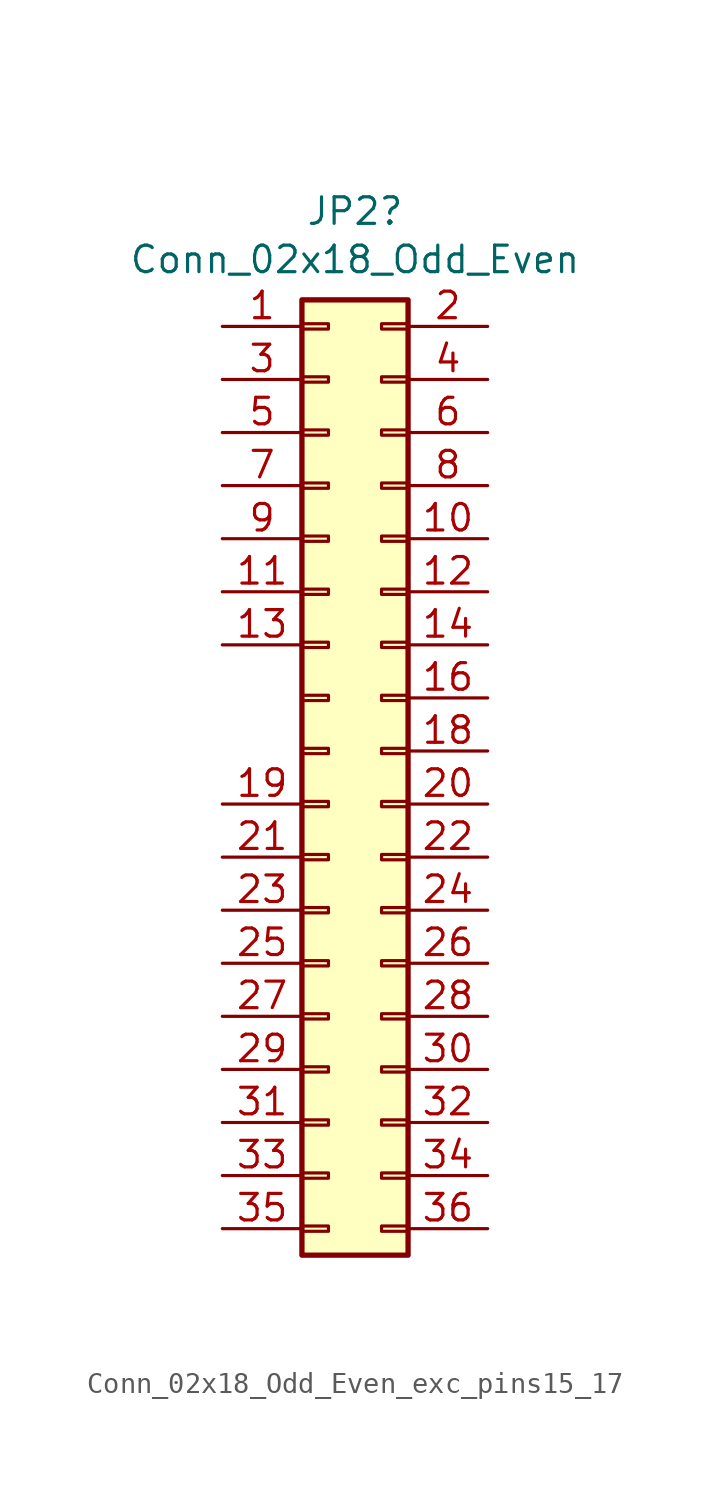
<source format=kicad_sym>
(kicad_symbol_lib
  (version 20220914)
  (generator kicad_symbol_editor)
  (symbol "Conn_02x18_Odd_Even_exc_pins15_17"
    (pin_names
      (offset 1.016) hide)
    (property "Reference" "JP2"
      (at 1.27 25.832 0)
      (effects (font (size 1.27 1.27))))
    (property "Value" "Conn_02x18_Odd_Even"
      (at 1.27 23.52 0)
      (effects (font (size 1.27 1.27))))
    (symbol "Conn_02x18_Odd_Even_exc_pins15_17_1_1"
      (rectangle (start -1.27 -22.733) (end 0 -22.987) (stroke (width 0.152) (type default)) (fill (type none)))
      (rectangle (start -1.27 -20.193) (end 0 -20.447) (stroke (width 0.152) (type default)) (fill (type none)))
      (rectangle (start -1.27 -17.653) (end 0 -17.907) (stroke (width 0.152) (type default)) (fill (type none)))
      (rectangle (start -1.27 -15.113) (end 0 -15.367) (stroke (width 0.152) (type default)) (fill (type none)))
      (rectangle (start -1.27 -12.573) (end 0 -12.827) (stroke (width 0.152) (type default)) (fill (type none)))
      (rectangle (start -1.27 -10.033) (end 0 -10.287) (stroke (width 0.152) (type default)) (fill (type none)))
      (rectangle (start -1.27 -7.493) (end 0 -7.747) (stroke (width 0.152) (type default)) (fill (type none)))
      (rectangle (start -1.27 -4.953) (end 0 -5.207) (stroke (width 0.152) (type default)) (fill (type none)))
      (rectangle (start -1.27 -2.413) (end 0 -2.667) (stroke (width 0.152) (type default)) (fill (type none)))
      (rectangle (start -1.27 0.127) (end 0 -0.127) (stroke (width 0.152) (type default)) (fill (type none)))
      (rectangle (start -1.27 2.667) (end 0 2.413) (stroke (width 0.152) (type default)) (fill (type none)))
      (rectangle (start -1.27 5.207) (end 0 4.953) (stroke (width 0.152) (type default)) (fill (type none)))
      (rectangle (start -1.27 7.747) (end 0 7.493) (stroke (width 0.152) (type default)) (fill (type none)))
      (rectangle (start -1.27 10.287) (end 0 10.033) (stroke (width 0.152) (type default)) (fill (type none)))
      (rectangle (start -1.27 12.827) (end 0 12.573) (stroke (width 0.152) (type default)) (fill (type none)))
      (rectangle (start -1.27 15.367) (end 0 15.113) (stroke (width 0.152) (type default)) (fill (type none)))
      (rectangle (start -1.27 17.907) (end 0 17.653) (stroke (width 0.152) (type default)) (fill (type none)))
      (rectangle (start -1.27 20.447) (end 0 20.193) (stroke (width 0.152) (type default)) (fill (type none)))
      (rectangle (start -1.27 21.59) (end 3.81 -24.13) (stroke (width 0.254) (type default)) (fill (type background)))
      (rectangle (start 3.81 -22.733) (end 2.54 -22.987) (stroke (width 0.152) (type default)) (fill (type none)))
      (rectangle (start 3.81 -20.193) (end 2.54 -20.447) (stroke (width 0.152) (type default)) (fill (type none)))
      (rectangle (start 3.81 -17.653) (end 2.54 -17.907) (stroke (width 0.152) (type default)) (fill (type none)))
      (rectangle (start 3.81 -15.113) (end 2.54 -15.367) (stroke (width 0.152) (type default)) (fill (type none)))
      (rectangle (start 3.81 -12.573) (end 2.54 -12.827) (stroke (width 0.152) (type default)) (fill (type none)))
      (rectangle (start 3.81 -10.033) (end 2.54 -10.287) (stroke (width 0.152) (type default)) (fill (type none)))
      (rectangle (start 3.81 -7.493) (end 2.54 -7.747) (stroke (width 0.152) (type default)) (fill (type none)))
      (rectangle (start 3.81 -4.953) (end 2.54 -5.207) (stroke (width 0.152) (type default)) (fill (type none)))
      (rectangle (start 3.81 -2.413) (end 2.54 -2.667) (stroke (width 0.152) (type default)) (fill (type none)))
      (rectangle (start 3.81 0.127) (end 2.54 -0.127) (stroke (width 0.152) (type default)) (fill (type none)))
      (rectangle (start 3.81 2.667) (end 2.54 2.413) (stroke (width 0.152) (type default)) (fill (type none)))
      (rectangle (start 3.81 5.207) (end 2.54 4.953) (stroke (width 0.152) (type default)) (fill (type none)))
      (rectangle (start 3.81 7.747) (end 2.54 7.493) (stroke (width 0.152) (type default)) (fill (type none)))
      (rectangle (start 3.81 10.287) (end 2.54 10.033) (stroke (width 0.152) (type default)) (fill (type none)))
      (rectangle (start 3.81 12.827) (end 2.54 12.573) (stroke (width 0.152) (type default)) (fill (type none)))
      (rectangle (start 3.81 15.367) (end 2.54 15.113) (stroke (width 0.152) (type default)) (fill (type none)))
      (rectangle (start 3.81 17.907) (end 2.54 17.653) (stroke (width 0.152) (type default)) (fill (type none)))
      (rectangle (start 3.81 20.447) (end 2.54 20.193) (stroke (width 0.152) (type default)) (fill (type none)))
      (pin passive line (at -5.08 20.32 0) (length 3.81) (name "Pin_1" (effects (font (size 1.27 1.27)))) (number "1" (effects (font (size 1.27 1.27)))))
      (pin passive line (at 7.62 10.16 180) (length 3.81) (name "Pin_10" (effects (font (size 1.27 1.27)))) (number "10" (effects (font (size 1.27 1.27)))))
      (pin passive line (at -5.08 7.62 0) (length 3.81) (name "Pin_11" (effects (font (size 1.27 1.27)))) (number "11" (effects (font (size 1.27 1.27)))))
      (pin passive line (at 7.62 7.62 180) (length 3.81) (name "Pin_12" (effects (font (size 1.27 1.27)))) (number "12" (effects (font (size 1.27 1.27)))))
      (pin passive line (at -5.08 5.08 0) (length 3.81) (name "Pin_13" (effects (font (size 1.27 1.27)))) (number "13" (effects (font (size 1.27 1.27)))))
      (pin passive line (at 7.62 5.08 180) (length 3.81) (name "Pin_14" (effects (font (size 1.27 1.27)))) (number "14" (effects (font (size 1.27 1.27)))))
      (pin passive line (at 7.62 2.54 180) (length 3.81) (name "Pin_16" (effects (font (size 1.27 1.27)))) (number "16" (effects (font (size 1.27 1.27)))))
      (pin passive line (at 7.62 0 180) (length 3.81) (name "Pin_18" (effects (font (size 1.27 1.27)))) (number "18" (effects (font (size 1.27 1.27)))))
      (pin passive line (at -5.08 -2.54 0) (length 3.81) (name "Pin_19" (effects (font (size 1.27 1.27)))) (number "19" (effects (font (size 1.27 1.27)))))
      (pin passive line (at 7.62 20.32 180) (length 3.81) (name "Pin_2" (effects (font (size 1.27 1.27)))) (number "2" (effects (font (size 1.27 1.27)))))
      (pin passive line (at 7.62 -2.54 180) (length 3.81) (name "Pin_20" (effects (font (size 1.27 1.27)))) (number "20" (effects (font (size 1.27 1.27)))))
      (pin passive line (at -5.08 -5.08 0) (length 3.81) (name "Pin_21" (effects (font (size 1.27 1.27)))) (number "21" (effects (font (size 1.27 1.27)))))
      (pin passive line (at 7.62 -5.08 180) (length 3.81) (name "Pin_22" (effects (font (size 1.27 1.27)))) (number "22" (effects (font (size 1.27 1.27)))))
      (pin passive line (at -5.08 -7.62 0) (length 3.81) (name "Pin_23" (effects (font (size 1.27 1.27)))) (number "23" (effects (font (size 1.27 1.27)))))
      (pin passive line (at 7.62 -7.62 180) (length 3.81) (name "Pin_24" (effects (font (size 1.27 1.27)))) (number "24" (effects (font (size 1.27 1.27)))))
      (pin passive line (at -5.08 -10.16 0) (length 3.81) (name "Pin_25" (effects (font (size 1.27 1.27)))) (number "25" (effects (font (size 1.27 1.27)))))
      (pin passive line (at 7.62 -10.16 180) (length 3.81) (name "Pin_26" (effects (font (size 1.27 1.27)))) (number "26" (effects (font (size 1.27 1.27)))))
      (pin passive line (at -5.08 -12.7 0) (length 3.81) (name "Pin_27" (effects (font (size 1.27 1.27)))) (number "27" (effects (font (size 1.27 1.27)))))
      (pin passive line (at 7.62 -12.7 180) (length 3.81) (name "Pin_28" (effects (font (size 1.27 1.27)))) (number "28" (effects (font (size 1.27 1.27)))))
      (pin passive line (at -5.08 -15.24 0) (length 3.81) (name "Pin_29" (effects (font (size 1.27 1.27)))) (number "29" (effects (font (size 1.27 1.27)))))
      (pin passive line (at -5.08 17.78 0) (length 3.81) (name "Pin_3" (effects (font (size 1.27 1.27)))) (number "3" (effects (font (size 1.27 1.27)))))
      (pin passive line (at 7.62 -15.24 180) (length 3.81) (name "Pin_30" (effects (font (size 1.27 1.27)))) (number "30" (effects (font (size 1.27 1.27)))))
      (pin passive line (at -5.08 -17.78 0) (length 3.81) (name "Pin_31" (effects (font (size 1.27 1.27)))) (number "31" (effects (font (size 1.27 1.27)))))
      (pin passive line (at 7.62 -17.78 180) (length 3.81) (name "Pin_32" (effects (font (size 1.27 1.27)))) (number "32" (effects (font (size 1.27 1.27)))))
      (pin passive line (at -5.08 -20.32 0) (length 3.81) (name "Pin_33" (effects (font (size 1.27 1.27)))) (number "33" (effects (font (size 1.27 1.27)))))
      (pin passive line (at 7.62 -20.32 180) (length 3.81) (name "Pin_34" (effects (font (size 1.27 1.27)))) (number "34" (effects (font (size 1.27 1.27)))))
      (pin passive line (at -5.08 -22.86 0) (length 3.81) (name "Pin_35" (effects (font (size 1.27 1.27)))) (number "35" (effects (font (size 1.27 1.27)))))
      (pin passive line (at 7.62 -22.86 180) (length 3.81) (name "Pin_36" (effects (font (size 1.27 1.27)))) (number "36" (effects (font (size 1.27 1.27)))))
      (pin passive line (at 7.62 17.78 180) (length 3.81) (name "Pin_4" (effects (font (size 1.27 1.27)))) (number "4" (effects (font (size 1.27 1.27)))))
      (pin passive line (at -5.08 15.24 0) (length 3.81) (name "Pin_5" (effects (font (size 1.27 1.27)))) (number "5" (effects (font (size 1.27 1.27)))))
      (pin passive line (at 7.62 15.24 180) (length 3.81) (name "Pin_6" (effects (font (size 1.27 1.27)))) (number "6" (effects (font (size 1.27 1.27)))))
      (pin passive line (at -5.08 12.7 0) (length 3.81) (name "Pin_7" (effects (font (size 1.27 1.27)))) (number "7" (effects (font (size 1.27 1.27)))))
      (pin passive line (at 7.62 12.7 180) (length 3.81) (name "Pin_8" (effects (font (size 1.27 1.27)))) (number "8" (effects (font (size 1.27 1.27)))))
      (pin passive line (at -5.08 10.16 0) (length 3.81) (name "Pin_9" (effects (font (size 1.27 1.27)))) (number "9" (effects (font (size 1.27 1.27))))))))
</source>
